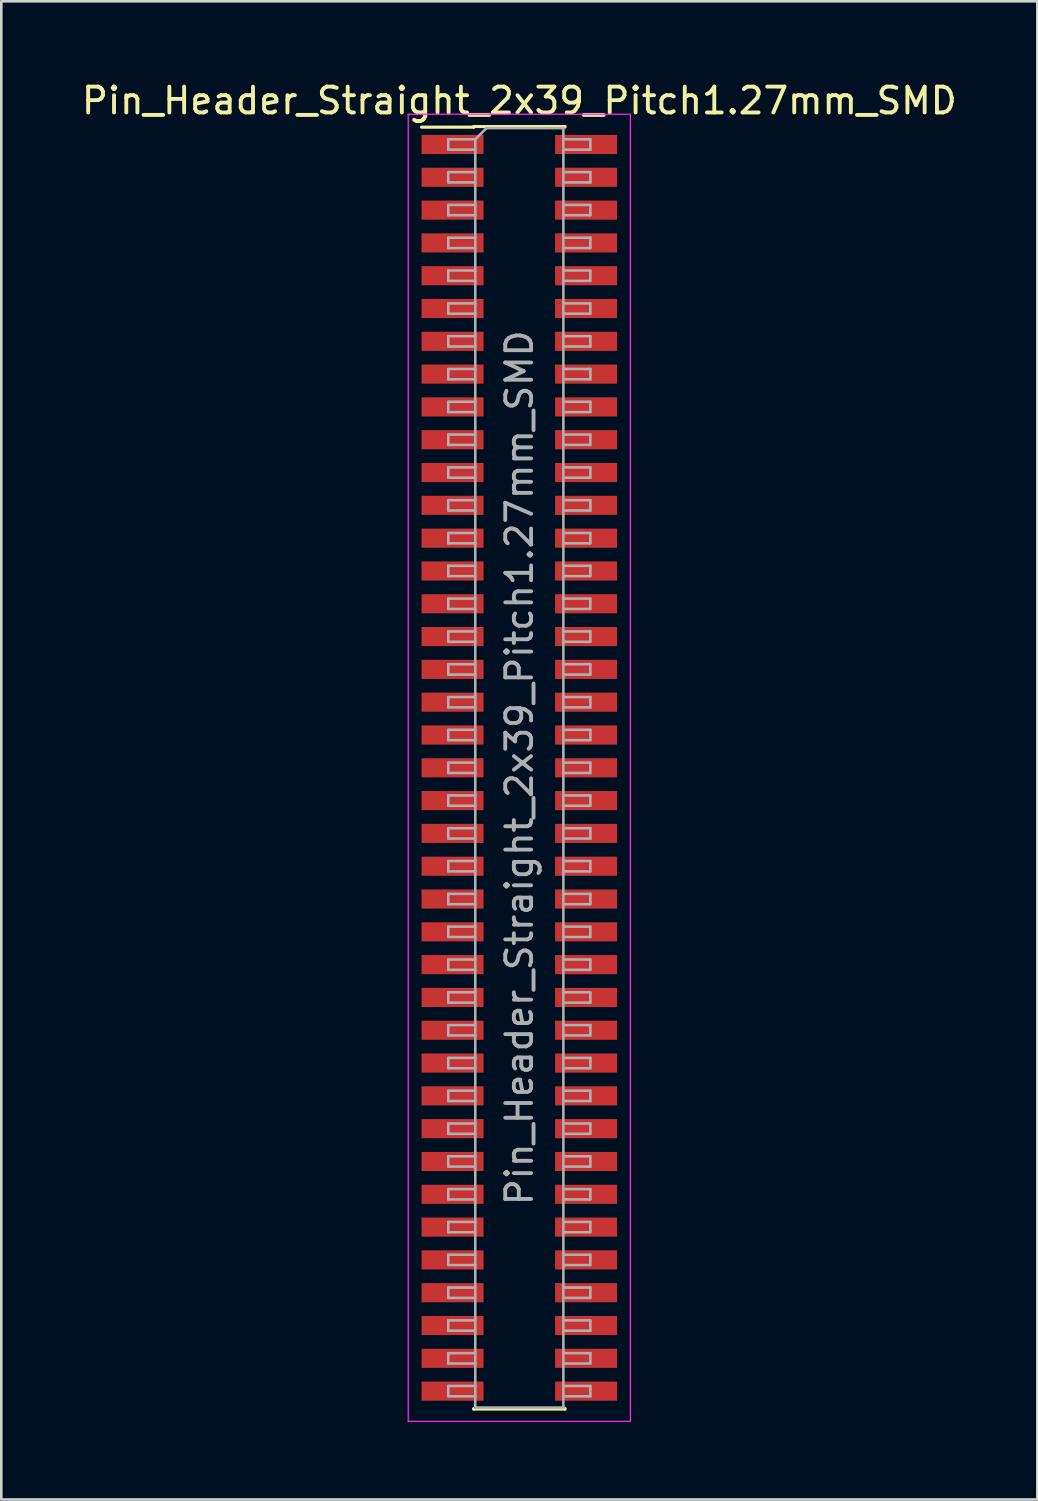
<source format=kicad_pcb>
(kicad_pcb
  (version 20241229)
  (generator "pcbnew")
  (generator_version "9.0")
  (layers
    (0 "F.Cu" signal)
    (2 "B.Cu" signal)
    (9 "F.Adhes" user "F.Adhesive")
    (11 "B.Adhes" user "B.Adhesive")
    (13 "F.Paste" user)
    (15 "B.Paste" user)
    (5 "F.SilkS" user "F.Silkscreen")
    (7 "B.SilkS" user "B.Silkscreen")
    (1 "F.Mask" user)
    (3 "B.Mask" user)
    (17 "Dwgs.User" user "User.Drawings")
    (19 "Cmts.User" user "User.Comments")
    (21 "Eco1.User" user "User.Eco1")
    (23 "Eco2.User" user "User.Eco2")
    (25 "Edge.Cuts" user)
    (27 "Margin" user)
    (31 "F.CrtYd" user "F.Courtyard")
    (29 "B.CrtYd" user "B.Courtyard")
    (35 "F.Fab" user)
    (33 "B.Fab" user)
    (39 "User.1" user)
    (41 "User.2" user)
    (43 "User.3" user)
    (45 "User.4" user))
  (footprint "Pin_Header_Straight_2x39_Pitch1.27mm_SMD"
    (layer "F.Cu")
    (at 17.054 26.673)
    (property "Reference" "Pin_Header_Straight_2x39_Pitch1.27mm_SMD" (at 0 -25.825 0) (layer "F.SilkS") (effects (font (size 1 1) (thickness 0.15))))
    (attr smd)
    (fp_line (start -3.785 -24.8) (end -1.765 -24.8) (stroke (width 0.12) (type solid)) (layer "F.SilkS"))
    (fp_line (start -1.765 -24.825) (end 1.765 -24.825) (stroke (width 0.12) (type solid)) (layer "F.SilkS"))
    (fp_line (start -1.765 -24.8) (end -1.765 -24.825) (stroke (width 0.12) (type solid)) (layer "F.SilkS"))
    (fp_line (start -1.765 24.8) (end -1.765 24.825) (stroke (width 0.12) (type solid)) (layer "F.SilkS"))
    (fp_line (start -1.765 24.825) (end 1.765 24.825) (stroke (width 0.12) (type solid)) (layer "F.SilkS"))
    (fp_line (start 1.765 -24.825) (end 1.765 -24.8) (stroke (width 0.12) (type solid)) (layer "F.SilkS"))
    (fp_line (start 1.765 24.825) (end 1.765 24.8) (stroke (width 0.12) (type solid)) (layer "F.SilkS"))
    (fp_line (start -4.3 -25.3) (end -4.3 25.3) (stroke (width 0.05) (type solid)) (layer "F.CrtYd"))
    (fp_line (start -4.3 25.3) (end 4.3 25.3) (stroke (width 0.05) (type solid)) (layer "F.CrtYd"))
    (fp_line (start 4.3 -25.3) (end -4.3 -25.3) (stroke (width 0.05) (type solid)) (layer "F.CrtYd"))
    (fp_line (start 4.3 25.3) (end 4.3 -25.3) (stroke (width 0.05) (type solid)) (layer "F.CrtYd"))
    (fp_line (start -2.75 -24.33) (end -2.75 -23.93) (stroke (width 0.1) (type solid)) (layer "F.Fab"))
    (fp_line (start -2.75 -23.93) (end -1.705 -23.93) (stroke (width 0.1) (type solid)) (layer "F.Fab"))
    (fp_line (start -2.75 -23.06) (end -2.75 -22.66) (stroke (width 0.1) (type solid)) (layer "F.Fab"))
    (fp_line (start -2.75 -22.66) (end -1.705 -22.66) (stroke (width 0.1) (type solid)) (layer "F.Fab"))
    (fp_line (start -2.75 -21.79) (end -2.75 -21.39) (stroke (width 0.1) (type solid)) (layer "F.Fab"))
    (fp_line (start -2.75 -21.39) (end -1.705 -21.39) (stroke (width 0.1) (type solid)) (layer "F.Fab"))
    (fp_line (start -2.75 -20.52) (end -2.75 -20.12) (stroke (width 0.1) (type solid)) (layer "F.Fab"))
    (fp_line (start -2.75 -20.12) (end -1.705 -20.12) (stroke (width 0.1) (type solid)) (layer "F.Fab"))
    (fp_line (start -2.75 -19.25) (end -2.75 -18.85) (stroke (width 0.1) (type solid)) (layer "F.Fab"))
    (fp_line (start -2.75 -18.85) (end -1.705 -18.85) (stroke (width 0.1) (type solid)) (layer "F.Fab"))
    (fp_line (start -2.75 -17.98) (end -2.75 -17.58) (stroke (width 0.1) (type solid)) (layer "F.Fab"))
    (fp_line (start -2.75 -17.58) (end -1.705 -17.58) (stroke (width 0.1) (type solid)) (layer "F.Fab"))
    (fp_line (start -2.75 -16.71) (end -2.75 -16.31) (stroke (width 0.1) (type solid)) (layer "F.Fab"))
    (fp_line (start -2.75 -16.31) (end -1.705 -16.31) (stroke (width 0.1) (type solid)) (layer "F.Fab"))
    (fp_line (start -2.75 -15.44) (end -2.75 -15.04) (stroke (width 0.1) (type solid)) (layer "F.Fab"))
    (fp_line (start -2.75 -15.04) (end -1.705 -15.04) (stroke (width 0.1) (type solid)) (layer "F.Fab"))
    (fp_line (start -2.75 -14.17) (end -2.75 -13.77) (stroke (width 0.1) (type solid)) (layer "F.Fab"))
    (fp_line (start -2.75 -13.77) (end -1.705 -13.77) (stroke (width 0.1) (type solid)) (layer "F.Fab"))
    (fp_line (start -2.75 -12.9) (end -2.75 -12.5) (stroke (width 0.1) (type solid)) (layer "F.Fab"))
    (fp_line (start -2.75 -12.5) (end -1.705 -12.5) (stroke (width 0.1) (type solid)) (layer "F.Fab"))
    (fp_line (start -2.75 -11.63) (end -2.75 -11.23) (stroke (width 0.1) (type solid)) (layer "F.Fab"))
    (fp_line (start -2.75 -11.23) (end -1.705 -11.23) (stroke (width 0.1) (type solid)) (layer "F.Fab"))
    (fp_line (start -2.75 -10.36) (end -2.75 -9.96) (stroke (width 0.1) (type solid)) (layer "F.Fab"))
    (fp_line (start -2.75 -9.96) (end -1.705 -9.96) (stroke (width 0.1) (type solid)) (layer "F.Fab"))
    (fp_line (start -2.75 -9.09) (end -2.75 -8.69) (stroke (width 0.1) (type solid)) (layer "F.Fab"))
    (fp_line (start -2.75 -8.69) (end -1.705 -8.69) (stroke (width 0.1) (type solid)) (layer "F.Fab"))
    (fp_line (start -2.75 -7.82) (end -2.75 -7.42) (stroke (width 0.1) (type solid)) (layer "F.Fab"))
    (fp_line (start -2.75 -7.42) (end -1.705 -7.42) (stroke (width 0.1) (type solid)) (layer "F.Fab"))
    (fp_line (start -2.75 -6.55) (end -2.75 -6.15) (stroke (width 0.1) (type solid)) (layer "F.Fab"))
    (fp_line (start -2.75 -6.15) (end -1.705 -6.15) (stroke (width 0.1) (type solid)) (layer "F.Fab"))
    (fp_line (start -2.75 -5.28) (end -2.75 -4.88) (stroke (width 0.1) (type solid)) (layer "F.Fab"))
    (fp_line (start -2.75 -4.88) (end -1.705 -4.88) (stroke (width 0.1) (type solid)) (layer "F.Fab"))
    (fp_line (start -2.75 -4.01) (end -2.75 -3.61) (stroke (width 0.1) (type solid)) (layer "F.Fab"))
    (fp_line (start -2.75 -3.61) (end -1.705 -3.61) (stroke (width 0.1) (type solid)) (layer "F.Fab"))
    (fp_line (start -2.75 -2.74) (end -2.75 -2.34) (stroke (width 0.1) (type solid)) (layer "F.Fab"))
    (fp_line (start -2.75 -2.34) (end -1.705 -2.34) (stroke (width 0.1) (type solid)) (layer "F.Fab"))
    (fp_line (start -2.75 -1.47) (end -2.75 -1.07) (stroke (width 0.1) (type solid)) (layer "F.Fab"))
    (fp_line (start -2.75 -1.07) (end -1.705 -1.07) (stroke (width 0.1) (type solid)) (layer "F.Fab"))
    (fp_line (start -2.75 -0.2) (end -2.75 0.2) (stroke (width 0.1) (type solid)) (layer "F.Fab"))
    (fp_line (start -2.75 0.2) (end -1.705 0.2) (stroke (width 0.1) (type solid)) (layer "F.Fab"))
    (fp_line (start -2.75 1.07) (end -2.75 1.47) (stroke (width 0.1) (type solid)) (layer "F.Fab"))
    (fp_line (start -2.75 1.47) (end -1.705 1.47) (stroke (width 0.1) (type solid)) (layer "F.Fab"))
    (fp_line (start -2.75 2.34) (end -2.75 2.74) (stroke (width 0.1) (type solid)) (layer "F.Fab"))
    (fp_line (start -2.75 2.74) (end -1.705 2.74) (stroke (width 0.1) (type solid)) (layer "F.Fab"))
    (fp_line (start -2.75 3.61) (end -2.75 4.01) (stroke (width 0.1) (type solid)) (layer "F.Fab"))
    (fp_line (start -2.75 4.01) (end -1.705 4.01) (stroke (width 0.1) (type solid)) (layer "F.Fab"))
    (fp_line (start -2.75 4.88) (end -2.75 5.28) (stroke (width 0.1) (type solid)) (layer "F.Fab"))
    (fp_line (start -2.75 5.28) (end -1.705 5.28) (stroke (width 0.1) (type solid)) (layer "F.Fab"))
    (fp_line (start -2.75 6.15) (end -2.75 6.55) (stroke (width 0.1) (type solid)) (layer "F.Fab"))
    (fp_line (start -2.75 6.55) (end -1.705 6.55) (stroke (width 0.1) (type solid)) (layer "F.Fab"))
    (fp_line (start -2.75 7.42) (end -2.75 7.82) (stroke (width 0.1) (type solid)) (layer "F.Fab"))
    (fp_line (start -2.75 7.82) (end -1.705 7.82) (stroke (width 0.1) (type solid)) (layer "F.Fab"))
    (fp_line (start -2.75 8.69) (end -2.75 9.09) (stroke (width 0.1) (type solid)) (layer "F.Fab"))
    (fp_line (start -2.75 9.09) (end -1.705 9.09) (stroke (width 0.1) (type solid)) (layer "F.Fab"))
    (fp_line (start -2.75 9.96) (end -2.75 10.36) (stroke (width 0.1) (type solid)) (layer "F.Fab"))
    (fp_line (start -2.75 10.36) (end -1.705 10.36) (stroke (width 0.1) (type solid)) (layer "F.Fab"))
    (fp_line (start -2.75 11.23) (end -2.75 11.63) (stroke (width 0.1) (type solid)) (layer "F.Fab"))
    (fp_line (start -2.75 11.63) (end -1.705 11.63) (stroke (width 0.1) (type solid)) (layer "F.Fab"))
    (fp_line (start -2.75 12.5) (end -2.75 12.9) (stroke (width 0.1) (type solid)) (layer "F.Fab"))
    (fp_line (start -2.75 12.9) (end -1.705 12.9) (stroke (width 0.1) (type solid)) (layer "F.Fab"))
    (fp_line (start -2.75 13.77) (end -2.75 14.17) (stroke (width 0.1) (type solid)) (layer "F.Fab"))
    (fp_line (start -2.75 14.17) (end -1.705 14.17) (stroke (width 0.1) (type solid)) (layer "F.Fab"))
    (fp_line (start -2.75 15.04) (end -2.75 15.44) (stroke (width 0.1) (type solid)) (layer "F.Fab"))
    (fp_line (start -2.75 15.44) (end -1.705 15.44) (stroke (width 0.1) (type solid)) (layer "F.Fab"))
    (fp_line (start -2.75 16.31) (end -2.75 16.71) (stroke (width 0.1) (type solid)) (layer "F.Fab"))
    (fp_line (start -2.75 16.71) (end -1.705 16.71) (stroke (width 0.1) (type solid)) (layer "F.Fab"))
    (fp_line (start -2.75 17.58) (end -2.75 17.98) (stroke (width 0.1) (type solid)) (layer "F.Fab"))
    (fp_line (start -2.75 17.98) (end -1.705 17.98) (stroke (width 0.1) (type solid)) (layer "F.Fab"))
    (fp_line (start -2.75 18.85) (end -2.75 19.25) (stroke (width 0.1) (type solid)) (layer "F.Fab"))
    (fp_line (start -2.75 19.25) (end -1.705 19.25) (stroke (width 0.1) (type solid)) (layer "F.Fab"))
    (fp_line (start -2.75 20.12) (end -2.75 20.52) (stroke (width 0.1) (type solid)) (layer "F.Fab"))
    (fp_line (start -2.75 20.52) (end -1.705 20.52) (stroke (width 0.1) (type solid)) (layer "F.Fab"))
    (fp_line (start -2.75 21.39) (end -2.75 21.79) (stroke (width 0.1) (type solid)) (layer "F.Fab"))
    (fp_line (start -2.75 21.79) (end -1.705 21.79) (stroke (width 0.1) (type solid)) (layer "F.Fab"))
    (fp_line (start -2.75 22.66) (end -2.75 23.06) (stroke (width 0.1) (type solid)) (layer "F.Fab"))
    (fp_line (start -2.75 23.06) (end -1.705 23.06) (stroke (width 0.1) (type solid)) (layer "F.Fab"))
    (fp_line (start -2.75 23.93) (end -2.75 24.33) (stroke (width 0.1) (type solid)) (layer "F.Fab"))
    (fp_line (start -2.75 24.33) (end -1.705 24.33) (stroke (width 0.1) (type solid)) (layer "F.Fab"))
    (fp_line (start -1.705 -24.33) (end -2.75 -24.33) (stroke (width 0.1) (type solid)) (layer "F.Fab"))
    (fp_line (start -1.705 -24.33) (end -1.27 -24.765) (stroke (width 0.1) (type solid)) (layer "F.Fab"))
    (fp_line (start -1.705 -23.06) (end -2.75 -23.06) (stroke (width 0.1) (type solid)) (layer "F.Fab"))
    (fp_line (start -1.705 -21.79) (end -2.75 -21.79) (stroke (width 0.1) (type solid)) (layer "F.Fab"))
    (fp_line (start -1.705 -20.52) (end -2.75 -20.52) (stroke (width 0.1) (type solid)) (layer "F.Fab"))
    (fp_line (start -1.705 -19.25) (end -2.75 -19.25) (stroke (width 0.1) (type solid)) (layer "F.Fab"))
    (fp_line (start -1.705 -17.98) (end -2.75 -17.98) (stroke (width 0.1) (type solid)) (layer "F.Fab"))
    (fp_line (start -1.705 -16.71) (end -2.75 -16.71) (stroke (width 0.1) (type solid)) (layer "F.Fab"))
    (fp_line (start -1.705 -15.44) (end -2.75 -15.44) (stroke (width 0.1) (type solid)) (layer "F.Fab"))
    (fp_line (start -1.705 -14.17) (end -2.75 -14.17) (stroke (width 0.1) (type solid)) (layer "F.Fab"))
    (fp_line (start -1.705 -12.9) (end -2.75 -12.9) (stroke (width 0.1) (type solid)) (layer "F.Fab"))
    (fp_line (start -1.705 -11.63) (end -2.75 -11.63) (stroke (width 0.1) (type solid)) (layer "F.Fab"))
    (fp_line (start -1.705 -10.36) (end -2.75 -10.36) (stroke (width 0.1) (type solid)) (layer "F.Fab"))
    (fp_line (start -1.705 -9.09) (end -2.75 -9.09) (stroke (width 0.1) (type solid)) (layer "F.Fab"))
    (fp_line (start -1.705 -7.82) (end -2.75 -7.82) (stroke (width 0.1) (type solid)) (layer "F.Fab"))
    (fp_line (start -1.705 -6.55) (end -2.75 -6.55) (stroke (width 0.1) (type solid)) (layer "F.Fab"))
    (fp_line (start -1.705 -5.28) (end -2.75 -5.28) (stroke (width 0.1) (type solid)) (layer "F.Fab"))
    (fp_line (start -1.705 -4.01) (end -2.75 -4.01) (stroke (width 0.1) (type solid)) (layer "F.Fab"))
    (fp_line (start -1.705 -2.74) (end -2.75 -2.74) (stroke (width 0.1) (type solid)) (layer "F.Fab"))
    (fp_line (start -1.705 -1.47) (end -2.75 -1.47) (stroke (width 0.1) (type solid)) (layer "F.Fab"))
    (fp_line (start -1.705 -0.2) (end -2.75 -0.2) (stroke (width 0.1) (type solid)) (layer "F.Fab"))
    (fp_line (start -1.705 1.07) (end -2.75 1.07) (stroke (width 0.1) (type solid)) (layer "F.Fab"))
    (fp_line (start -1.705 2.34) (end -2.75 2.34) (stroke (width 0.1) (type solid)) (layer "F.Fab"))
    (fp_line (start -1.705 3.61) (end -2.75 3.61) (stroke (width 0.1) (type solid)) (layer "F.Fab"))
    (fp_line (start -1.705 4.88) (end -2.75 4.88) (stroke (width 0.1) (type solid)) (layer "F.Fab"))
    (fp_line (start -1.705 6.15) (end -2.75 6.15) (stroke (width 0.1) (type solid)) (layer "F.Fab"))
    (fp_line (start -1.705 7.42) (end -2.75 7.42) (stroke (width 0.1) (type solid)) (layer "F.Fab"))
    (fp_line (start -1.705 8.69) (end -2.75 8.69) (stroke (width 0.1) (type solid)) (layer "F.Fab"))
    (fp_line (start -1.705 9.96) (end -2.75 9.96) (stroke (width 0.1) (type solid)) (layer "F.Fab"))
    (fp_line (start -1.705 11.23) (end -2.75 11.23) (stroke (width 0.1) (type solid)) (layer "F.Fab"))
    (fp_line (start -1.705 12.5) (end -2.75 12.5) (stroke (width 0.1) (type solid)) (layer "F.Fab"))
    (fp_line (start -1.705 13.77) (end -2.75 13.77) (stroke (width 0.1) (type solid)) (layer "F.Fab"))
    (fp_line (start -1.705 15.04) (end -2.75 15.04) (stroke (width 0.1) (type solid)) (layer "F.Fab"))
    (fp_line (start -1.705 16.31) (end -2.75 16.31) (stroke (width 0.1) (type solid)) (layer "F.Fab"))
    (fp_line (start -1.705 17.58) (end -2.75 17.58) (stroke (width 0.1) (type solid)) (layer "F.Fab"))
    (fp_line (start -1.705 18.85) (end -2.75 18.85) (stroke (width 0.1) (type solid)) (layer "F.Fab"))
    (fp_line (start -1.705 20.12) (end -2.75 20.12) (stroke (width 0.1) (type solid)) (layer "F.Fab"))
    (fp_line (start -1.705 21.39) (end -2.75 21.39) (stroke (width 0.1) (type solid)) (layer "F.Fab"))
    (fp_line (start -1.705 22.66) (end -2.75 22.66) (stroke (width 0.1) (type solid)) (layer "F.Fab"))
    (fp_line (start -1.705 23.93) (end -2.75 23.93) (stroke (width 0.1) (type solid)) (layer "F.Fab"))
    (fp_line (start -1.705 24.765) (end -1.705 -24.33) (stroke (width 0.1) (type solid)) (layer "F.Fab"))
    (fp_line (start -1.27 -24.765) (end 1.705 -24.765) (stroke (width 0.1) (type solid)) (layer "F.Fab"))
    (fp_line (start 1.705 -24.765) (end 1.705 24.765) (stroke (width 0.1) (type solid)) (layer "F.Fab"))
    (fp_line (start 1.705 -24.33) (end 2.75 -24.33) (stroke (width 0.1) (type solid)) (layer "F.Fab"))
    (fp_line (start 1.705 -23.06) (end 2.75 -23.06) (stroke (width 0.1) (type solid)) (layer "F.Fab"))
    (fp_line (start 1.705 -21.79) (end 2.75 -21.79) (stroke (width 0.1) (type solid)) (layer "F.Fab"))
    (fp_line (start 1.705 -20.52) (end 2.75 -20.52) (stroke (width 0.1) (type solid)) (layer "F.Fab"))
    (fp_line (start 1.705 -19.25) (end 2.75 -19.25) (stroke (width 0.1) (type solid)) (layer "F.Fab"))
    (fp_line (start 1.705 -17.98) (end 2.75 -17.98) (stroke (width 0.1) (type solid)) (layer "F.Fab"))
    (fp_line (start 1.705 -16.71) (end 2.75 -16.71) (stroke (width 0.1) (type solid)) (layer "F.Fab"))
    (fp_line (start 1.705 -15.44) (end 2.75 -15.44) (stroke (width 0.1) (type solid)) (layer "F.Fab"))
    (fp_line (start 1.705 -14.17) (end 2.75 -14.17) (stroke (width 0.1) (type solid)) (layer "F.Fab"))
    (fp_line (start 1.705 -12.9) (end 2.75 -12.9) (stroke (width 0.1) (type solid)) (layer "F.Fab"))
    (fp_line (start 1.705 -11.63) (end 2.75 -11.63) (stroke (width 0.1) (type solid)) (layer "F.Fab"))
    (fp_line (start 1.705 -10.36) (end 2.75 -10.36) (stroke (width 0.1) (type solid)) (layer "F.Fab"))
    (fp_line (start 1.705 -9.09) (end 2.75 -9.09) (stroke (width 0.1) (type solid)) (layer "F.Fab"))
    (fp_line (start 1.705 -7.82) (end 2.75 -7.82) (stroke (width 0.1) (type solid)) (layer "F.Fab"))
    (fp_line (start 1.705 -6.55) (end 2.75 -6.55) (stroke (width 0.1) (type solid)) (layer "F.Fab"))
    (fp_line (start 1.705 -5.28) (end 2.75 -5.28) (stroke (width 0.1) (type solid)) (layer "F.Fab"))
    (fp_line (start 1.705 -4.01) (end 2.75 -4.01) (stroke (width 0.1) (type solid)) (layer "F.Fab"))
    (fp_line (start 1.705 -2.74) (end 2.75 -2.74) (stroke (width 0.1) (type solid)) (layer "F.Fab"))
    (fp_line (start 1.705 -1.47) (end 2.75 -1.47) (stroke (width 0.1) (type solid)) (layer "F.Fab"))
    (fp_line (start 1.705 -0.2) (end 2.75 -0.2) (stroke (width 0.1) (type solid)) (layer "F.Fab"))
    (fp_line (start 1.705 1.07) (end 2.75 1.07) (stroke (width 0.1) (type solid)) (layer "F.Fab"))
    (fp_line (start 1.705 2.34) (end 2.75 2.34) (stroke (width 0.1) (type solid)) (layer "F.Fab"))
    (fp_line (start 1.705 3.61) (end 2.75 3.61) (stroke (width 0.1) (type solid)) (layer "F.Fab"))
    (fp_line (start 1.705 4.88) (end 2.75 4.88) (stroke (width 0.1) (type solid)) (layer "F.Fab"))
    (fp_line (start 1.705 6.15) (end 2.75 6.15) (stroke (width 0.1) (type solid)) (layer "F.Fab"))
    (fp_line (start 1.705 7.42) (end 2.75 7.42) (stroke (width 0.1) (type solid)) (layer "F.Fab"))
    (fp_line (start 1.705 8.69) (end 2.75 8.69) (stroke (width 0.1) (type solid)) (layer "F.Fab"))
    (fp_line (start 1.705 9.96) (end 2.75 9.96) (stroke (width 0.1) (type solid)) (layer "F.Fab"))
    (fp_line (start 1.705 11.23) (end 2.75 11.23) (stroke (width 0.1) (type solid)) (layer "F.Fab"))
    (fp_line (start 1.705 12.5) (end 2.75 12.5) (stroke (width 0.1) (type solid)) (layer "F.Fab"))
    (fp_line (start 1.705 13.77) (end 2.75 13.77) (stroke (width 0.1) (type solid)) (layer "F.Fab"))
    (fp_line (start 1.705 15.04) (end 2.75 15.04) (stroke (width 0.1) (type solid)) (layer "F.Fab"))
    (fp_line (start 1.705 16.31) (end 2.75 16.31) (stroke (width 0.1) (type solid)) (layer "F.Fab"))
    (fp_line (start 1.705 17.58) (end 2.75 17.58) (stroke (width 0.1) (type solid)) (layer "F.Fab"))
    (fp_line (start 1.705 18.85) (end 2.75 18.85) (stroke (width 0.1) (type solid)) (layer "F.Fab"))
    (fp_line (start 1.705 20.12) (end 2.75 20.12) (stroke (width 0.1) (type solid)) (layer "F.Fab"))
    (fp_line (start 1.705 21.39) (end 2.75 21.39) (stroke (width 0.1) (type solid)) (layer "F.Fab"))
    (fp_line (start 1.705 22.66) (end 2.75 22.66) (stroke (width 0.1) (type solid)) (layer "F.Fab"))
    (fp_line (start 1.705 23.93) (end 2.75 23.93) (stroke (width 0.1) (type solid)) (layer "F.Fab"))
    (fp_line (start 1.705 24.765) (end -1.705 24.765) (stroke (width 0.1) (type solid)) (layer "F.Fab"))
    (fp_line (start 2.75 -24.33) (end 2.75 -23.93) (stroke (width 0.1) (type solid)) (layer "F.Fab"))
    (fp_line (start 2.75 -23.93) (end 1.705 -23.93) (stroke (width 0.1) (type solid)) (layer "F.Fab"))
    (fp_line (start 2.75 -23.06) (end 2.75 -22.66) (stroke (width 0.1) (type solid)) (layer "F.Fab"))
    (fp_line (start 2.75 -22.66) (end 1.705 -22.66) (stroke (width 0.1) (type solid)) (layer "F.Fab"))
    (fp_line (start 2.75 -21.79) (end 2.75 -21.39) (stroke (width 0.1) (type solid)) (layer "F.Fab"))
    (fp_line (start 2.75 -21.39) (end 1.705 -21.39) (stroke (width 0.1) (type solid)) (layer "F.Fab"))
    (fp_line (start 2.75 -20.52) (end 2.75 -20.12) (stroke (width 0.1) (type solid)) (layer "F.Fab"))
    (fp_line (start 2.75 -20.12) (end 1.705 -20.12) (stroke (width 0.1) (type solid)) (layer "F.Fab"))
    (fp_line (start 2.75 -19.25) (end 2.75 -18.85) (stroke (width 0.1) (type solid)) (layer "F.Fab"))
    (fp_line (start 2.75 -18.85) (end 1.705 -18.85) (stroke (width 0.1) (type solid)) (layer "F.Fab"))
    (fp_line (start 2.75 -17.98) (end 2.75 -17.58) (stroke (width 0.1) (type solid)) (layer "F.Fab"))
    (fp_line (start 2.75 -17.58) (end 1.705 -17.58) (stroke (width 0.1) (type solid)) (layer "F.Fab"))
    (fp_line (start 2.75 -16.71) (end 2.75 -16.31) (stroke (width 0.1) (type solid)) (layer "F.Fab"))
    (fp_line (start 2.75 -16.31) (end 1.705 -16.31) (stroke (width 0.1) (type solid)) (layer "F.Fab"))
    (fp_line (start 2.75 -15.44) (end 2.75 -15.04) (stroke (width 0.1) (type solid)) (layer "F.Fab"))
    (fp_line (start 2.75 -15.04) (end 1.705 -15.04) (stroke (width 0.1) (type solid)) (layer "F.Fab"))
    (fp_line (start 2.75 -14.17) (end 2.75 -13.77) (stroke (width 0.1) (type solid)) (layer "F.Fab"))
    (fp_line (start 2.75 -13.77) (end 1.705 -13.77) (stroke (width 0.1) (type solid)) (layer "F.Fab"))
    (fp_line (start 2.75 -12.9) (end 2.75 -12.5) (stroke (width 0.1) (type solid)) (layer "F.Fab"))
    (fp_line (start 2.75 -12.5) (end 1.705 -12.5) (stroke (width 0.1) (type solid)) (layer "F.Fab"))
    (fp_line (start 2.75 -11.63) (end 2.75 -11.23) (stroke (width 0.1) (type solid)) (layer "F.Fab"))
    (fp_line (start 2.75 -11.23) (end 1.705 -11.23) (stroke (width 0.1) (type solid)) (layer "F.Fab"))
    (fp_line (start 2.75 -10.36) (end 2.75 -9.96) (stroke (width 0.1) (type solid)) (layer "F.Fab"))
    (fp_line (start 2.75 -9.96) (end 1.705 -9.96) (stroke (width 0.1) (type solid)) (layer "F.Fab"))
    (fp_line (start 2.75 -9.09) (end 2.75 -8.69) (stroke (width 0.1) (type solid)) (layer "F.Fab"))
    (fp_line (start 2.75 -8.69) (end 1.705 -8.69) (stroke (width 0.1) (type solid)) (layer "F.Fab"))
    (fp_line (start 2.75 -7.82) (end 2.75 -7.42) (stroke (width 0.1) (type solid)) (layer "F.Fab"))
    (fp_line (start 2.75 -7.42) (end 1.705 -7.42) (stroke (width 0.1) (type solid)) (layer "F.Fab"))
    (fp_line (start 2.75 -6.55) (end 2.75 -6.15) (stroke (width 0.1) (type solid)) (layer "F.Fab"))
    (fp_line (start 2.75 -6.15) (end 1.705 -6.15) (stroke (width 0.1) (type solid)) (layer "F.Fab"))
    (fp_line (start 2.75 -5.28) (end 2.75 -4.88) (stroke (width 0.1) (type solid)) (layer "F.Fab"))
    (fp_line (start 2.75 -4.88) (end 1.705 -4.88) (stroke (width 0.1) (type solid)) (layer "F.Fab"))
    (fp_line (start 2.75 -4.01) (end 2.75 -3.61) (stroke (width 0.1) (type solid)) (layer "F.Fab"))
    (fp_line (start 2.75 -3.61) (end 1.705 -3.61) (stroke (width 0.1) (type solid)) (layer "F.Fab"))
    (fp_line (start 2.75 -2.74) (end 2.75 -2.34) (stroke (width 0.1) (type solid)) (layer "F.Fab"))
    (fp_line (start 2.75 -2.34) (end 1.705 -2.34) (stroke (width 0.1) (type solid)) (layer "F.Fab"))
    (fp_line (start 2.75 -1.47) (end 2.75 -1.07) (stroke (width 0.1) (type solid)) (layer "F.Fab"))
    (fp_line (start 2.75 -1.07) (end 1.705 -1.07) (stroke (width 0.1) (type solid)) (layer "F.Fab"))
    (fp_line (start 2.75 -0.2) (end 2.75 0.2) (stroke (width 0.1) (type solid)) (layer "F.Fab"))
    (fp_line (start 2.75 0.2) (end 1.705 0.2) (stroke (width 0.1) (type solid)) (layer "F.Fab"))
    (fp_line (start 2.75 1.07) (end 2.75 1.47) (stroke (width 0.1) (type solid)) (layer "F.Fab"))
    (fp_line (start 2.75 1.47) (end 1.705 1.47) (stroke (width 0.1) (type solid)) (layer "F.Fab"))
    (fp_line (start 2.75 2.34) (end 2.75 2.74) (stroke (width 0.1) (type solid)) (layer "F.Fab"))
    (fp_line (start 2.75 2.74) (end 1.705 2.74) (stroke (width 0.1) (type solid)) (layer "F.Fab"))
    (fp_line (start 2.75 3.61) (end 2.75 4.01) (stroke (width 0.1) (type solid)) (layer "F.Fab"))
    (fp_line (start 2.75 4.01) (end 1.705 4.01) (stroke (width 0.1) (type solid)) (layer "F.Fab"))
    (fp_line (start 2.75 4.88) (end 2.75 5.28) (stroke (width 0.1) (type solid)) (layer "F.Fab"))
    (fp_line (start 2.75 5.28) (end 1.705 5.28) (stroke (width 0.1) (type solid)) (layer "F.Fab"))
    (fp_line (start 2.75 6.15) (end 2.75 6.55) (stroke (width 0.1) (type solid)) (layer "F.Fab"))
    (fp_line (start 2.75 6.55) (end 1.705 6.55) (stroke (width 0.1) (type solid)) (layer "F.Fab"))
    (fp_line (start 2.75 7.42) (end 2.75 7.82) (stroke (width 0.1) (type solid)) (layer "F.Fab"))
    (fp_line (start 2.75 7.82) (end 1.705 7.82) (stroke (width 0.1) (type solid)) (layer "F.Fab"))
    (fp_line (start 2.75 8.69) (end 2.75 9.09) (stroke (width 0.1) (type solid)) (layer "F.Fab"))
    (fp_line (start 2.75 9.09) (end 1.705 9.09) (stroke (width 0.1) (type solid)) (layer "F.Fab"))
    (fp_line (start 2.75 9.96) (end 2.75 10.36) (stroke (width 0.1) (type solid)) (layer "F.Fab"))
    (fp_line (start 2.75 10.36) (end 1.705 10.36) (stroke (width 0.1) (type solid)) (layer "F.Fab"))
    (fp_line (start 2.75 11.23) (end 2.75 11.63) (stroke (width 0.1) (type solid)) (layer "F.Fab"))
    (fp_line (start 2.75 11.63) (end 1.705 11.63) (stroke (width 0.1) (type solid)) (layer "F.Fab"))
    (fp_line (start 2.75 12.5) (end 2.75 12.9) (stroke (width 0.1) (type solid)) (layer "F.Fab"))
    (fp_line (start 2.75 12.9) (end 1.705 12.9) (stroke (width 0.1) (type solid)) (layer "F.Fab"))
    (fp_line (start 2.75 13.77) (end 2.75 14.17) (stroke (width 0.1) (type solid)) (layer "F.Fab"))
    (fp_line (start 2.75 14.17) (end 1.705 14.17) (stroke (width 0.1) (type solid)) (layer "F.Fab"))
    (fp_line (start 2.75 15.04) (end 2.75 15.44) (stroke (width 0.1) (type solid)) (layer "F.Fab"))
    (fp_line (start 2.75 15.44) (end 1.705 15.44) (stroke (width 0.1) (type solid)) (layer "F.Fab"))
    (fp_line (start 2.75 16.31) (end 2.75 16.71) (stroke (width 0.1) (type solid)) (layer "F.Fab"))
    (fp_line (start 2.75 16.71) (end 1.705 16.71) (stroke (width 0.1) (type solid)) (layer "F.Fab"))
    (fp_line (start 2.75 17.58) (end 2.75 17.98) (stroke (width 0.1) (type solid)) (layer "F.Fab"))
    (fp_line (start 2.75 17.98) (end 1.705 17.98) (stroke (width 0.1) (type solid)) (layer "F.Fab"))
    (fp_line (start 2.75 18.85) (end 2.75 19.25) (stroke (width 0.1) (type solid)) (layer "F.Fab"))
    (fp_line (start 2.75 19.25) (end 1.705 19.25) (stroke (width 0.1) (type solid)) (layer "F.Fab"))
    (fp_line (start 2.75 20.12) (end 2.75 20.52) (stroke (width 0.1) (type solid)) (layer "F.Fab"))
    (fp_line (start 2.75 20.52) (end 1.705 20.52) (stroke (width 0.1) (type solid)) (layer "F.Fab"))
    (fp_line (start 2.75 21.39) (end 2.75 21.79) (stroke (width 0.1) (type solid)) (layer "F.Fab"))
    (fp_line (start 2.75 21.79) (end 1.705 21.79) (stroke (width 0.1) (type solid)) (layer "F.Fab"))
    (fp_line (start 2.75 22.66) (end 2.75 23.06) (stroke (width 0.1) (type solid)) (layer "F.Fab"))
    (fp_line (start 2.75 23.06) (end 1.705 23.06) (stroke (width 0.1) (type solid)) (layer "F.Fab"))
    (fp_line (start 2.75 23.93) (end 2.75 24.33) (stroke (width 0.1) (type solid)) (layer "F.Fab"))
    (fp_line (start 2.75 24.33) (end 1.705 24.33) (stroke (width 0.1) (type solid)) (layer "F.Fab"))
    (fp_text user "${REFERENCE}" (at 0 0 90) (layer "F.Fab") (effects (font (size 1 1) (thickness 0.15))))
    (pad "1" smd rect (at -2.585 -24.13) (size 2.4 0.74) (layers "F.Cu" "F.Mask" "F.Paste"))
    (pad "2" smd rect (at 2.585 -24.13) (size 2.4 0.74) (layers "F.Cu" "F.Mask" "F.Paste"))
    (pad "3" smd rect (at -2.585 -22.86) (size 2.4 0.74) (layers "F.Cu" "F.Mask" "F.Paste"))
    (pad "4" smd rect (at 2.585 -22.86) (size 2.4 0.74) (layers "F.Cu" "F.Mask" "F.Paste"))
    (pad "5" smd rect (at -2.585 -21.59) (size 2.4 0.74) (layers "F.Cu" "F.Mask" "F.Paste"))
    (pad "6" smd rect (at 2.585 -21.59) (size 2.4 0.74) (layers "F.Cu" "F.Mask" "F.Paste"))
    (pad "7" smd rect (at -2.585 -20.32) (size 2.4 0.74) (layers "F.Cu" "F.Mask" "F.Paste"))
    (pad "8" smd rect (at 2.585 -20.32) (size 2.4 0.74) (layers "F.Cu" "F.Mask" "F.Paste"))
    (pad "9" smd rect (at -2.585 -19.05) (size 2.4 0.74) (layers "F.Cu" "F.Mask" "F.Paste"))
    (pad "10" smd rect (at 2.585 -19.05) (size 2.4 0.74) (layers "F.Cu" "F.Mask" "F.Paste"))
    (pad "11" smd rect (at -2.585 -17.78) (size 2.4 0.74) (layers "F.Cu" "F.Mask" "F.Paste"))
    (pad "12" smd rect (at 2.585 -17.78) (size 2.4 0.74) (layers "F.Cu" "F.Mask" "F.Paste"))
    (pad "13" smd rect (at -2.585 -16.51) (size 2.4 0.74) (layers "F.Cu" "F.Mask" "F.Paste"))
    (pad "14" smd rect (at 2.585 -16.51) (size 2.4 0.74) (layers "F.Cu" "F.Mask" "F.Paste"))
    (pad "15" smd rect (at -2.585 -15.24) (size 2.4 0.74) (layers "F.Cu" "F.Mask" "F.Paste"))
    (pad "16" smd rect (at 2.585 -15.24) (size 2.4 0.74) (layers "F.Cu" "F.Mask" "F.Paste"))
    (pad "17" smd rect (at -2.585 -13.97) (size 2.4 0.74) (layers "F.Cu" "F.Mask" "F.Paste"))
    (pad "18" smd rect (at 2.585 -13.97) (size 2.4 0.74) (layers "F.Cu" "F.Mask" "F.Paste"))
    (pad "19" smd rect (at -2.585 -12.7) (size 2.4 0.74) (layers "F.Cu" "F.Mask" "F.Paste"))
    (pad "20" smd rect (at 2.585 -12.7) (size 2.4 0.74) (layers "F.Cu" "F.Mask" "F.Paste"))
    (pad "21" smd rect (at -2.585 -11.43) (size 2.4 0.74) (layers "F.Cu" "F.Mask" "F.Paste"))
    (pad "22" smd rect (at 2.585 -11.43) (size 2.4 0.74) (layers "F.Cu" "F.Mask" "F.Paste"))
    (pad "23" smd rect (at -2.585 -10.16) (size 2.4 0.74) (layers "F.Cu" "F.Mask" "F.Paste"))
    (pad "24" smd rect (at 2.585 -10.16) (size 2.4 0.74) (layers "F.Cu" "F.Mask" "F.Paste"))
    (pad "25" smd rect (at -2.585 -8.89) (size 2.4 0.74) (layers "F.Cu" "F.Mask" "F.Paste"))
    (pad "26" smd rect (at 2.585 -8.89) (size 2.4 0.74) (layers "F.Cu" "F.Mask" "F.Paste"))
    (pad "27" smd rect (at -2.585 -7.62) (size 2.4 0.74) (layers "F.Cu" "F.Mask" "F.Paste"))
    (pad "28" smd rect (at 2.585 -7.62) (size 2.4 0.74) (layers "F.Cu" "F.Mask" "F.Paste"))
    (pad "29" smd rect (at -2.585 -6.35) (size 2.4 0.74) (layers "F.Cu" "F.Mask" "F.Paste"))
    (pad "30" smd rect (at 2.585 -6.35) (size 2.4 0.74) (layers "F.Cu" "F.Mask" "F.Paste"))
    (pad "31" smd rect (at -2.585 -5.08) (size 2.4 0.74) (layers "F.Cu" "F.Mask" "F.Paste"))
    (pad "32" smd rect (at 2.585 -5.08) (size 2.4 0.74) (layers "F.Cu" "F.Mask" "F.Paste"))
    (pad "33" smd rect (at -2.585 -3.81) (size 2.4 0.74) (layers "F.Cu" "F.Mask" "F.Paste"))
    (pad "34" smd rect (at 2.585 -3.81) (size 2.4 0.74) (layers "F.Cu" "F.Mask" "F.Paste"))
    (pad "35" smd rect (at -2.585 -2.54) (size 2.4 0.74) (layers "F.Cu" "F.Mask" "F.Paste"))
    (pad "36" smd rect (at 2.585 -2.54) (size 2.4 0.74) (layers "F.Cu" "F.Mask" "F.Paste"))
    (pad "37" smd rect (at -2.585 -1.27) (size 2.4 0.74) (layers "F.Cu" "F.Mask" "F.Paste"))
    (pad "38" smd rect (at 2.585 -1.27) (size 2.4 0.74) (layers "F.Cu" "F.Mask" "F.Paste"))
    (pad "39" smd rect (at -2.585 0) (size 2.4 0.74) (layers "F.Cu" "F.Mask" "F.Paste"))
    (pad "40" smd rect (at 2.585 0) (size 2.4 0.74) (layers "F.Cu" "F.Mask" "F.Paste"))
    (pad "41" smd rect (at -2.585 1.27) (size 2.4 0.74) (layers "F.Cu" "F.Mask" "F.Paste"))
    (pad "42" smd rect (at 2.585 1.27) (size 2.4 0.74) (layers "F.Cu" "F.Mask" "F.Paste"))
    (pad "43" smd rect (at -2.585 2.54) (size 2.4 0.74) (layers "F.Cu" "F.Mask" "F.Paste"))
    (pad "44" smd rect (at 2.585 2.54) (size 2.4 0.74) (layers "F.Cu" "F.Mask" "F.Paste"))
    (pad "45" smd rect (at -2.585 3.81) (size 2.4 0.74) (layers "F.Cu" "F.Mask" "F.Paste"))
    (pad "46" smd rect (at 2.585 3.81) (size 2.4 0.74) (layers "F.Cu" "F.Mask" "F.Paste"))
    (pad "47" smd rect (at -2.585 5.08) (size 2.4 0.74) (layers "F.Cu" "F.Mask" "F.Paste"))
    (pad "48" smd rect (at 2.585 5.08) (size 2.4 0.74) (layers "F.Cu" "F.Mask" "F.Paste"))
    (pad "49" smd rect (at -2.585 6.35) (size 2.4 0.74) (layers "F.Cu" "F.Mask" "F.Paste"))
    (pad "50" smd rect (at 2.585 6.35) (size 2.4 0.74) (layers "F.Cu" "F.Mask" "F.Paste"))
    (pad "51" smd rect (at -2.585 7.62) (size 2.4 0.74) (layers "F.Cu" "F.Mask" "F.Paste"))
    (pad "52" smd rect (at 2.585 7.62) (size 2.4 0.74) (layers "F.Cu" "F.Mask" "F.Paste"))
    (pad "53" smd rect (at -2.585 8.89) (size 2.4 0.74) (layers "F.Cu" "F.Mask" "F.Paste"))
    (pad "54" smd rect (at 2.585 8.89) (size 2.4 0.74) (layers "F.Cu" "F.Mask" "F.Paste"))
    (pad "55" smd rect (at -2.585 10.16) (size 2.4 0.74) (layers "F.Cu" "F.Mask" "F.Paste"))
    (pad "56" smd rect (at 2.585 10.16) (size 2.4 0.74) (layers "F.Cu" "F.Mask" "F.Paste"))
    (pad "57" smd rect (at -2.585 11.43) (size 2.4 0.74) (layers "F.Cu" "F.Mask" "F.Paste"))
    (pad "58" smd rect (at 2.585 11.43) (size 2.4 0.74) (layers "F.Cu" "F.Mask" "F.Paste"))
    (pad "59" smd rect (at -2.585 12.7) (size 2.4 0.74) (layers "F.Cu" "F.Mask" "F.Paste"))
    (pad "60" smd rect (at 2.585 12.7) (size 2.4 0.74) (layers "F.Cu" "F.Mask" "F.Paste"))
    (pad "61" smd rect (at -2.585 13.97) (size 2.4 0.74) (layers "F.Cu" "F.Mask" "F.Paste"))
    (pad "62" smd rect (at 2.585 13.97) (size 2.4 0.74) (layers "F.Cu" "F.Mask" "F.Paste"))
    (pad "63" smd rect (at -2.585 15.24) (size 2.4 0.74) (layers "F.Cu" "F.Mask" "F.Paste"))
    (pad "64" smd rect (at 2.585 15.24) (size 2.4 0.74) (layers "F.Cu" "F.Mask" "F.Paste"))
    (pad "65" smd rect (at -2.585 16.51) (size 2.4 0.74) (layers "F.Cu" "F.Mask" "F.Paste"))
    (pad "66" smd rect (at 2.585 16.51) (size 2.4 0.74) (layers "F.Cu" "F.Mask" "F.Paste"))
    (pad "67" smd rect (at -2.585 17.78) (size 2.4 0.74) (layers "F.Cu" "F.Mask" "F.Paste"))
    (pad "68" smd rect (at 2.585 17.78) (size 2.4 0.74) (layers "F.Cu" "F.Mask" "F.Paste"))
    (pad "69" smd rect (at -2.585 19.05) (size 2.4 0.74) (layers "F.Cu" "F.Mask" "F.Paste"))
    (pad "70" smd rect (at 2.585 19.05) (size 2.4 0.74) (layers "F.Cu" "F.Mask" "F.Paste"))
    (pad "71" smd rect (at -2.585 20.32) (size 2.4 0.74) (layers "F.Cu" "F.Mask" "F.Paste"))
    (pad "72" smd rect (at 2.585 20.32) (size 2.4 0.74) (layers "F.Cu" "F.Mask" "F.Paste"))
    (pad "73" smd rect (at -2.585 21.59) (size 2.4 0.74) (layers "F.Cu" "F.Mask" "F.Paste"))
    (pad "74" smd rect (at 2.585 21.59) (size 2.4 0.74) (layers "F.Cu" "F.Mask" "F.Paste"))
    (pad "75" smd rect (at -2.585 22.86) (size 2.4 0.74) (layers "F.Cu" "F.Mask" "F.Paste"))
    (pad "76" smd rect (at 2.585 22.86) (size 2.4 0.74) (layers "F.Cu" "F.Mask" "F.Paste"))
    (pad "77" smd rect (at -2.585 24.13) (size 2.4 0.74) (layers "F.Cu" "F.Mask" "F.Paste"))
    (pad "78" smd rect (at 2.585 24.13) (size 2.4 0.74) (layers "F.Cu" "F.Mask" "F.Paste")))
  (gr_rect
    (start -3 -3)
    (end 37.107 54.998)
    (stroke (width 0.1) (type default))
    (fill no)
    (layer "Edge.Cuts")))
</source>
